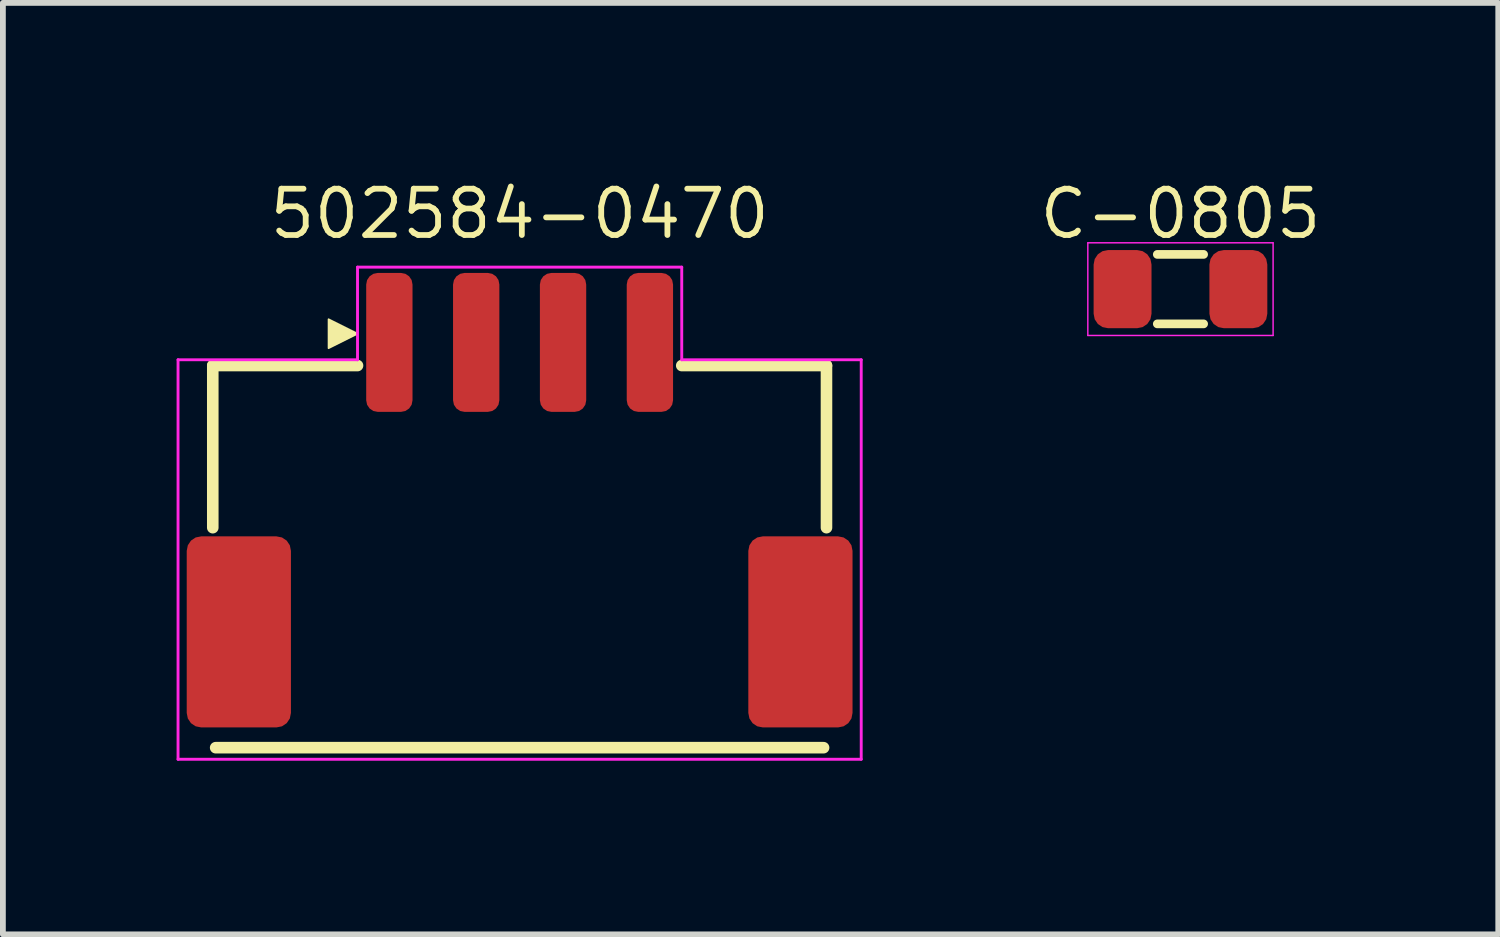
<source format=kicad_pcb>
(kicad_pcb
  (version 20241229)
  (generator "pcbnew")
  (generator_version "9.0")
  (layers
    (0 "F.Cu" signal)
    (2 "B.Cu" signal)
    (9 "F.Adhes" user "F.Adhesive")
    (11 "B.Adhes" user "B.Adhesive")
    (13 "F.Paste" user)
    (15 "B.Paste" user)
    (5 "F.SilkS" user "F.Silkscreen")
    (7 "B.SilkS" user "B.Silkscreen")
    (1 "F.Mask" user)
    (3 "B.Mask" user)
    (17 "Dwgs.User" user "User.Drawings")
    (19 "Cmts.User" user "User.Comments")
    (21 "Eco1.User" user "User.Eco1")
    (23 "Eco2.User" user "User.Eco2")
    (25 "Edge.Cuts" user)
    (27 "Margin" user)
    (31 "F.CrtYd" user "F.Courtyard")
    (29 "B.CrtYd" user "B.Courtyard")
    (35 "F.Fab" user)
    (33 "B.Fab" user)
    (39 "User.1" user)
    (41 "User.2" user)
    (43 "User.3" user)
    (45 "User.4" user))
  (footprint "502584-0470"
    (layer "F.Cu")
    (at 5.925 5.864)
    (property "Reference" "502584-0470" (at 0 -5.22 0) (layer "F.SilkS") (effects (font (size 0.8 0.8) (thickness 0.1))))
    (attr smd)
    (fp_line (start -5.3 -2.6) (end -2.8 -2.6) (stroke (width 0.2) (type default)) (layer "F.SilkS"))
    (fp_line (start -5.3 0.2) (end -5.3 -2.6) (stroke (width 0.2) (type default)) (layer "F.SilkS"))
    (fp_line (start -5.25 4) (end 5.25 4) (stroke (width 0.2) (type default)) (layer "F.SilkS"))
    (fp_line (start 2.8 -2.6) (end 5.3 -2.6) (stroke (width 0.2) (type default)) (layer "F.SilkS"))
    (fp_line (start 5.3 -2.6) (end 5.3 0.2) (stroke (width 0.2) (type default)) (layer "F.SilkS"))
    (fp_poly (pts (xy -2.8 -3.15) (xy -3.3 -2.9) (xy -3.3 -3.4)) (stroke (width 0.03) (type solid)) (fill yes) (layer "F.SilkS"))
    (fp_line (start -5.9 -2.7) (end -2.8 -2.7) (stroke (width 0.05) (type default)) (layer "F.CrtYd"))
    (fp_line (start -5.9 4.2) (end -5.9 -2.7) (stroke (width 0.05) (type default)) (layer "F.CrtYd"))
    (fp_line (start -2.8 -4.3) (end 2.8 -4.3) (stroke (width 0.05) (type default)) (layer "F.CrtYd"))
    (fp_line (start -2.8 -2.7) (end -2.8 -4.3) (stroke (width 0.05) (type default)) (layer "F.CrtYd"))
    (fp_line (start 2.8 -4.3) (end 2.8 -2.7) (stroke (width 0.05) (type default)) (layer "F.CrtYd"))
    (fp_line (start 2.8 -2.7) (end 5.9 -2.7) (stroke (width 0.05) (type default)) (layer "F.CrtYd"))
    (fp_line (start 5.9 -2.7) (end 5.9 4.2) (stroke (width 0.05) (type default)) (layer "F.CrtYd"))
    (fp_line (start 5.9 4.2) (end -5.9 4.2) (stroke (width 0.05) (type default)) (layer "F.CrtYd"))
    (pad "1" smd roundrect (at -2.25 -3 180) (size 0.8 2.4) (layers "F.Cu" "F.Mask" "F.Paste") (roundrect_rratio 0.25))
    (pad "2" smd roundrect (at -0.75 -3 180) (size 0.8 2.4) (layers "F.Cu" "F.Mask" "F.Paste") (roundrect_rratio 0.25))
    (pad "3" smd roundrect (at 0.75 -3 180) (size 0.8 2.4) (layers "F.Cu" "F.Mask" "F.Paste") (roundrect_rratio 0.25))
    (pad "4" smd roundrect (at 2.25 -3 180) (size 0.8 2.4) (layers "F.Cu" "F.Mask" "F.Paste") (roundrect_rratio 0.25))
    (pad "MP" smd roundrect (at -4.85 2 180) (size 1.8 3.3) (layers "F.Cu" "F.Mask" "F.Paste") (roundrect_rratio 0.139))
    (pad "MP" smd roundrect (at 4.85 2 180) (size 1.8 3.3) (layers "F.Cu" "F.Mask" "F.Paste") (roundrect_rratio 0.139)))
  (footprint "C-0805"
    (layer "F.Cu")
    (at 17.339 1.944)
    (property "Reference" "C-0805" (at 0 -1.3 0) (layer "F.SilkS") (effects (font (size 0.8 0.8) (thickness 0.1))))
    (attr through_hole)
    (fp_line (start -0.4 -0.6) (end 0.4 -0.6) (stroke (width 0.15) (type solid)) (layer "F.SilkS"))
    (fp_line (start -0.4 0.6) (end 0.4 0.6) (stroke (width 0.15) (type solid)) (layer "F.SilkS"))
    (fp_line (start -1.6 -0.8) (end 1.6 -0.8) (stroke (width 0.025) (type solid)) (layer "F.CrtYd"))
    (fp_line (start -1.6 0.8) (end -1.6 -0.8) (stroke (width 0.025) (type solid)) (layer "F.CrtYd"))
    (fp_line (start 1.6 -0.8) (end 1.6 0.8) (stroke (width 0.025) (type solid)) (layer "F.CrtYd"))
    (fp_line (start 1.6 0.8) (end -1.6 0.8) (stroke (width 0.025) (type solid)) (layer "F.CrtYd"))
    (pad "1" smd roundrect (at -1 0) (size 1 1.35) (layers "F.Cu" "F.Mask" "F.Paste") (roundrect_rratio 0.25))
    (pad "2" smd roundrect (at 1 0) (size 1 1.35) (layers "F.Cu" "F.Mask" "F.Paste") (roundrect_rratio 0.25)))
  (gr_rect
    (start -3 -3)
    (end 22.828 13.088)
    (stroke (width 0.1) (type default))
    (fill no)
    (layer "Edge.Cuts")))
</source>
